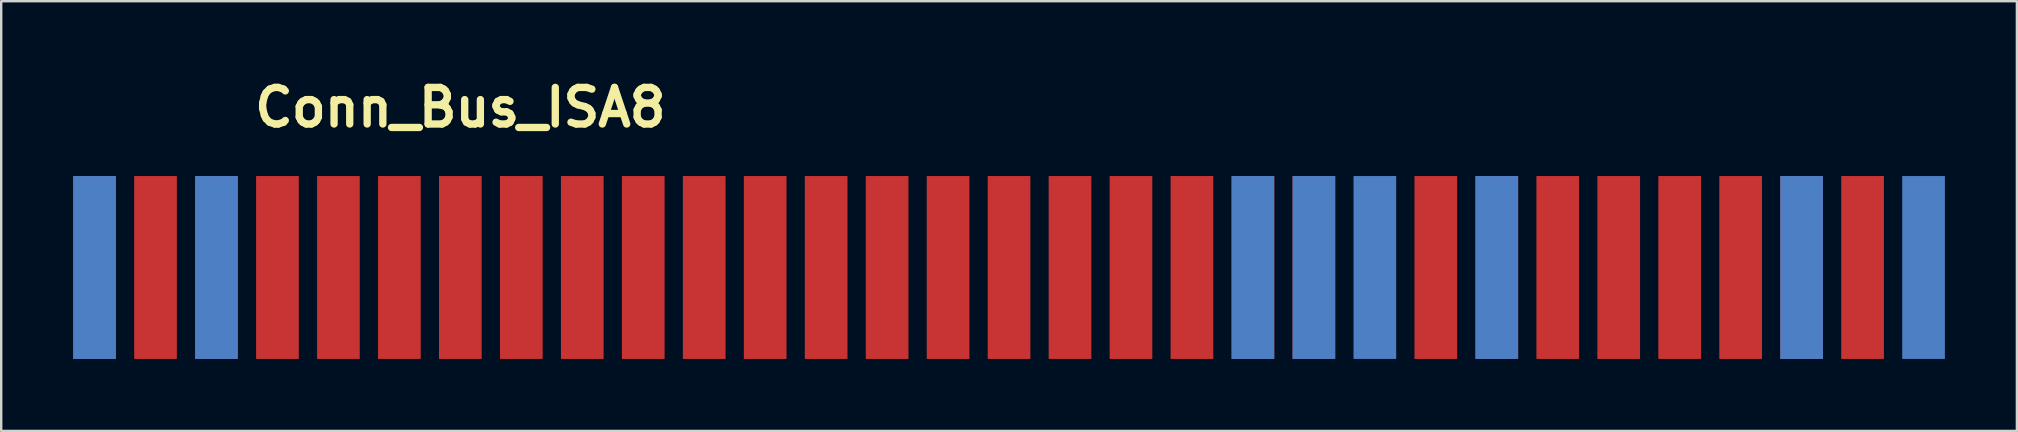
<source format=kicad_pcb>
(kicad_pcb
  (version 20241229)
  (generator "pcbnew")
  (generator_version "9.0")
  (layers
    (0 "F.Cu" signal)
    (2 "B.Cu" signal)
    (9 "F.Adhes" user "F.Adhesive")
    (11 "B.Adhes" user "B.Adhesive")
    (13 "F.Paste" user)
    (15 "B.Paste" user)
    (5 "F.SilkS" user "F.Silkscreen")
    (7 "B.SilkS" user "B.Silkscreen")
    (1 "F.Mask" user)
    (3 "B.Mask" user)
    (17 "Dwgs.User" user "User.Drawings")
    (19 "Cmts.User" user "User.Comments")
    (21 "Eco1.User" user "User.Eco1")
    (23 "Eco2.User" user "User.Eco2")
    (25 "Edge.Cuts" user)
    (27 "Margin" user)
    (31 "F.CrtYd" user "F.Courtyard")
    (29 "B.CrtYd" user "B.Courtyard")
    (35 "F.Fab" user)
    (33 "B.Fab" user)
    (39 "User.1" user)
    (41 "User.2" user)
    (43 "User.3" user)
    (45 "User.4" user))
  (footprint "Conn_Bus_ISA8"
    (layer "F.Cu")
    (at 38.989 8.094)
    (property "Reference" "Conn_Bus_ISA8" (at -22.86 -6.668 0) (layer "F.SilkS") (effects (font (size 1.524 1.524) (thickness 0.305))))
    (attr through_hole)
    (pad "1" connect rect (at 38.1 0) (size 1.778 7.62) (layers "B.Cu" "B.Mask"))
    (pad "3" connect rect (at 33.02 0) (size 1.778 7.62) (layers "B.Cu" "B.Mask"))
    (pad "8" connect rect (at 20.32 0) (size 1.778 7.62) (layers "B.Cu" "B.Mask"))
    (pad "10" connect rect (at 15.24 0) (size 1.778 7.62) (layers "B.Cu" "B.Mask"))
    (pad "11" connect rect (at 12.7 0) (size 1.778 7.62) (layers "B.Cu" "B.Mask"))
    (pad "12" connect rect (at 10.16 0) (size 1.778 7.62) (layers "B.Cu" "B.Mask"))
    (pad "29" connect rect (at -33.02 0) (size 1.778 7.62) (layers "B.Cu" "B.Mask"))
    (pad "31" connect rect (at -38.1 0) (size 1.778 7.62) (layers "B.Cu" "B.Mask"))
    (pad "33" connect rect (at 35.56 0) (size 1.778 7.62) (layers "F.Cu" "F.Mask"))
    (pad "34" connect rect (at 33.02 0) (size 1.778 7.62) (layers "F.Cu" "F.Mask"))
    (pad "35" connect rect (at 30.48 0) (size 1.778 7.62) (layers "F.Cu" "F.Mask"))
    (pad "36" connect rect (at 27.94 0) (size 1.778 7.62) (layers "F.Cu" "F.Mask"))
    (pad "37" connect rect (at 25.4 0) (size 1.778 7.62) (layers "F.Cu" "F.Mask"))
    (pad "38" connect rect (at 22.86 0) (size 1.778 7.62) (layers "F.Cu" "F.Mask"))
    (pad "39" connect rect (at 20.32 0) (size 1.778 7.62) (layers "F.Cu" "F.Mask"))
    (pad "40" connect rect (at 17.78 0) (size 1.778 7.62) (layers "F.Cu" "F.Mask"))
    (pad "42" connect rect (at 12.7 0) (size 1.778 7.62) (layers "F.Cu" "F.Mask"))
    (pad "43" connect rect (at 10.16 0) (size 1.778 7.62) (layers "F.Cu" "F.Mask"))
    (pad "44" connect rect (at 7.62 0) (size 1.778 7.62) (layers "F.Cu" "F.Mask"))
    (pad "45" connect rect (at 5.08 0) (size 1.778 7.62) (layers "F.Cu" "F.Mask"))
    (pad "46" connect rect (at 2.54 0) (size 1.778 7.62) (layers "F.Cu" "F.Mask"))
    (pad "47" connect rect (at 0 0) (size 1.778 7.62) (layers "F.Cu" "F.Mask"))
    (pad "48" connect rect (at -2.54 0) (size 1.778 7.62) (layers "F.Cu" "F.Mask"))
    (pad "49" connect rect (at -5.08 0) (size 1.778 7.62) (layers "F.Cu" "F.Mask"))
    (pad "50" connect rect (at -7.62 0) (size 1.778 7.62) (layers "F.Cu" "F.Mask"))
    (pad "51" connect rect (at -10.16 0) (size 1.778 7.62) (layers "F.Cu" "F.Mask"))
    (pad "52" connect rect (at -12.7 0) (size 1.778 7.62) (layers "F.Cu" "F.Mask"))
    (pad "53" connect rect (at -15.24 0) (size 1.778 7.62) (layers "F.Cu" "F.Mask"))
    (pad "54" connect rect (at -17.78 0) (size 1.778 7.62) (layers "F.Cu" "F.Mask"))
    (pad "55" connect rect (at -20.32 0) (size 1.778 7.62) (layers "F.Cu" "F.Mask"))
    (pad "56" connect rect (at -22.86 0) (size 1.778 7.62) (layers "F.Cu" "F.Mask"))
    (pad "57" connect rect (at -25.4 0) (size 1.778 7.62) (layers "F.Cu" "F.Mask"))
    (pad "58" connect rect (at -27.94 0) (size 1.778 7.62) (layers "F.Cu" "F.Mask"))
    (pad "59" connect rect (at -30.48 0) (size 1.778 7.62) (layers "F.Cu" "F.Mask"))
    (pad "60" connect rect (at -33.02 0) (size 1.778 7.62) (layers "F.Cu" "F.Mask"))
    (pad "61" connect rect (at -35.56 0) (size 1.778 7.62) (layers "F.Cu" "F.Mask"))
    (pad "62" connect rect (at -38.1 0) (size 1.778 7.62) (layers "F.Cu" "F.Mask")))
  (gr_rect
    (start -3 -3)
    (end 80.978 14.904)
    (stroke (width 0.1) (type default))
    (fill no)
    (layer "Edge.Cuts")))
</source>
